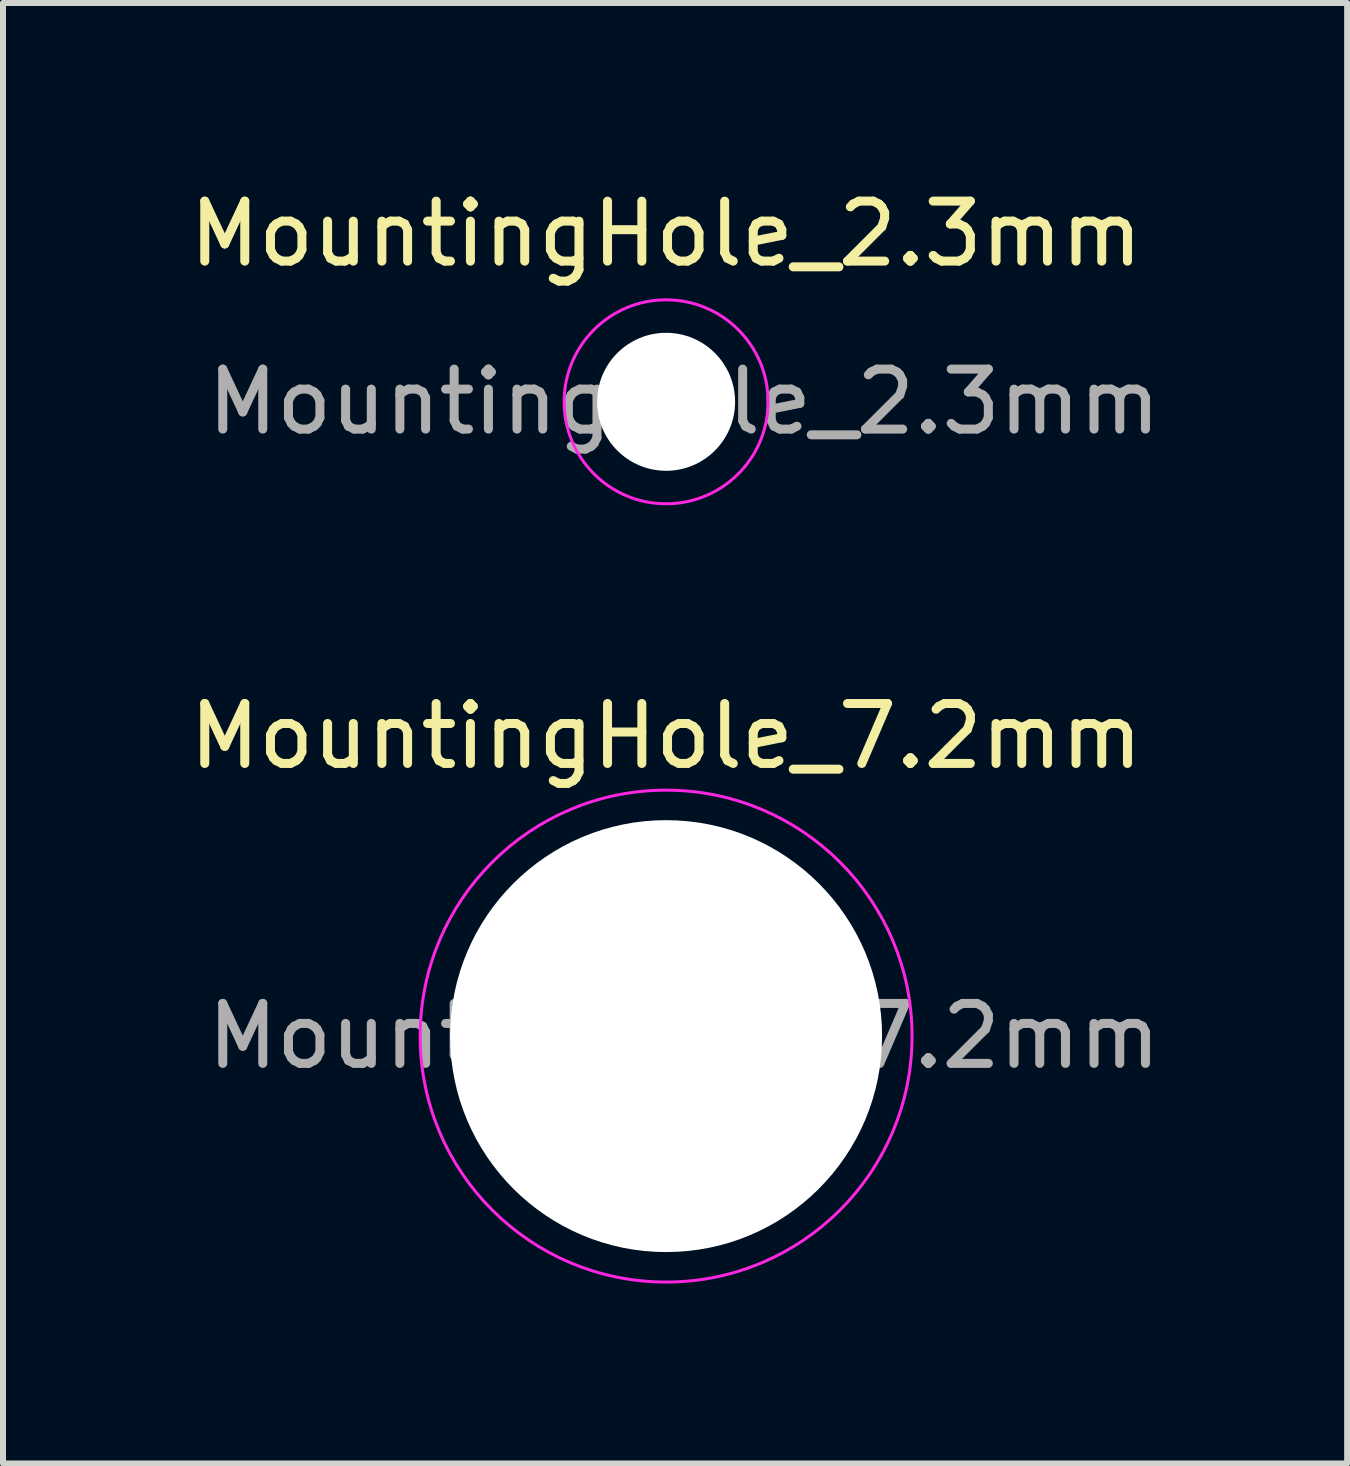
<source format=kicad_pcb>
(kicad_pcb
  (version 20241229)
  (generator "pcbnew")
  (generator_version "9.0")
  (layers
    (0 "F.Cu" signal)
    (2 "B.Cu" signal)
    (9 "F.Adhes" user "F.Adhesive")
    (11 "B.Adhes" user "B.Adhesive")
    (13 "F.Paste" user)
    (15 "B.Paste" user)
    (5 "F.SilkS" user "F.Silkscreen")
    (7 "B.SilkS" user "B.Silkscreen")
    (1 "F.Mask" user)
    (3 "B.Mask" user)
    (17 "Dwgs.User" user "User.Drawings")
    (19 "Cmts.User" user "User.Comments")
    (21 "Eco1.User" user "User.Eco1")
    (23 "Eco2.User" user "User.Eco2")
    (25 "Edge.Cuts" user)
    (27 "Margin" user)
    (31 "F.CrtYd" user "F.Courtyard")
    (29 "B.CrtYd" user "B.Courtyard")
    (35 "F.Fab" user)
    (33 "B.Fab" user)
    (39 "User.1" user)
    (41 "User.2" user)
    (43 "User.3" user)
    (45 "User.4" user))
  (footprint "MountingHole_7.2mm"
    (layer "F.Cu")
    (at 8.054 14.222)
    (property "Reference" "MountingHole_7.2mm" (at 0 -5 0) (layer "F.SilkS") (effects (font (size 1 1) (thickness 0.15))))
    (attr exclude_from_pos_files exclude_from_bom)
    (fp_circle (center 0 0) (end 4.1 0) (stroke (width 0.05) (type solid)) (fill no) (layer "F.CrtYd"))
    (fp_text user "${REFERENCE}" (at 0.3 0 0) (layer "F.Fab") (effects (font (size 1 1) (thickness 0.15))))
    (pad "" np_thru_hole circle (at 0 0) (size 7.2 7.2) (drill 7.2) (layers "*.Cu" "*.Mask")))
  (footprint "MountingHole_2.3mm"
    (layer "F.Cu")
    (at 8.054 3.648)
    (property "Reference" "MountingHole_2.3mm" (at 0 -2.8 0) (layer "F.SilkS") (effects (font (size 1 1) (thickness 0.15))))
    (attr exclude_from_pos_files exclude_from_bom)
    (fp_circle (center 0 0) (end 1.7 0) (stroke (width 0.05) (type solid)) (fill no) (layer "F.CrtYd"))
    (fp_text user "${REFERENCE}" (at 0.3 0 0) (layer "F.Fab") (effects (font (size 1 1) (thickness 0.15))))
    (pad "" np_thru_hole circle (at 0 0) (size 2.3 2.3) (drill 2.3) (layers "*.Cu" "*.Mask")))
  (gr_rect
    (start -3 -3)
    (end 19.407 21.346)
    (stroke (width 0.1) (type default))
    (fill no)
    (layer "Edge.Cuts")))
</source>
